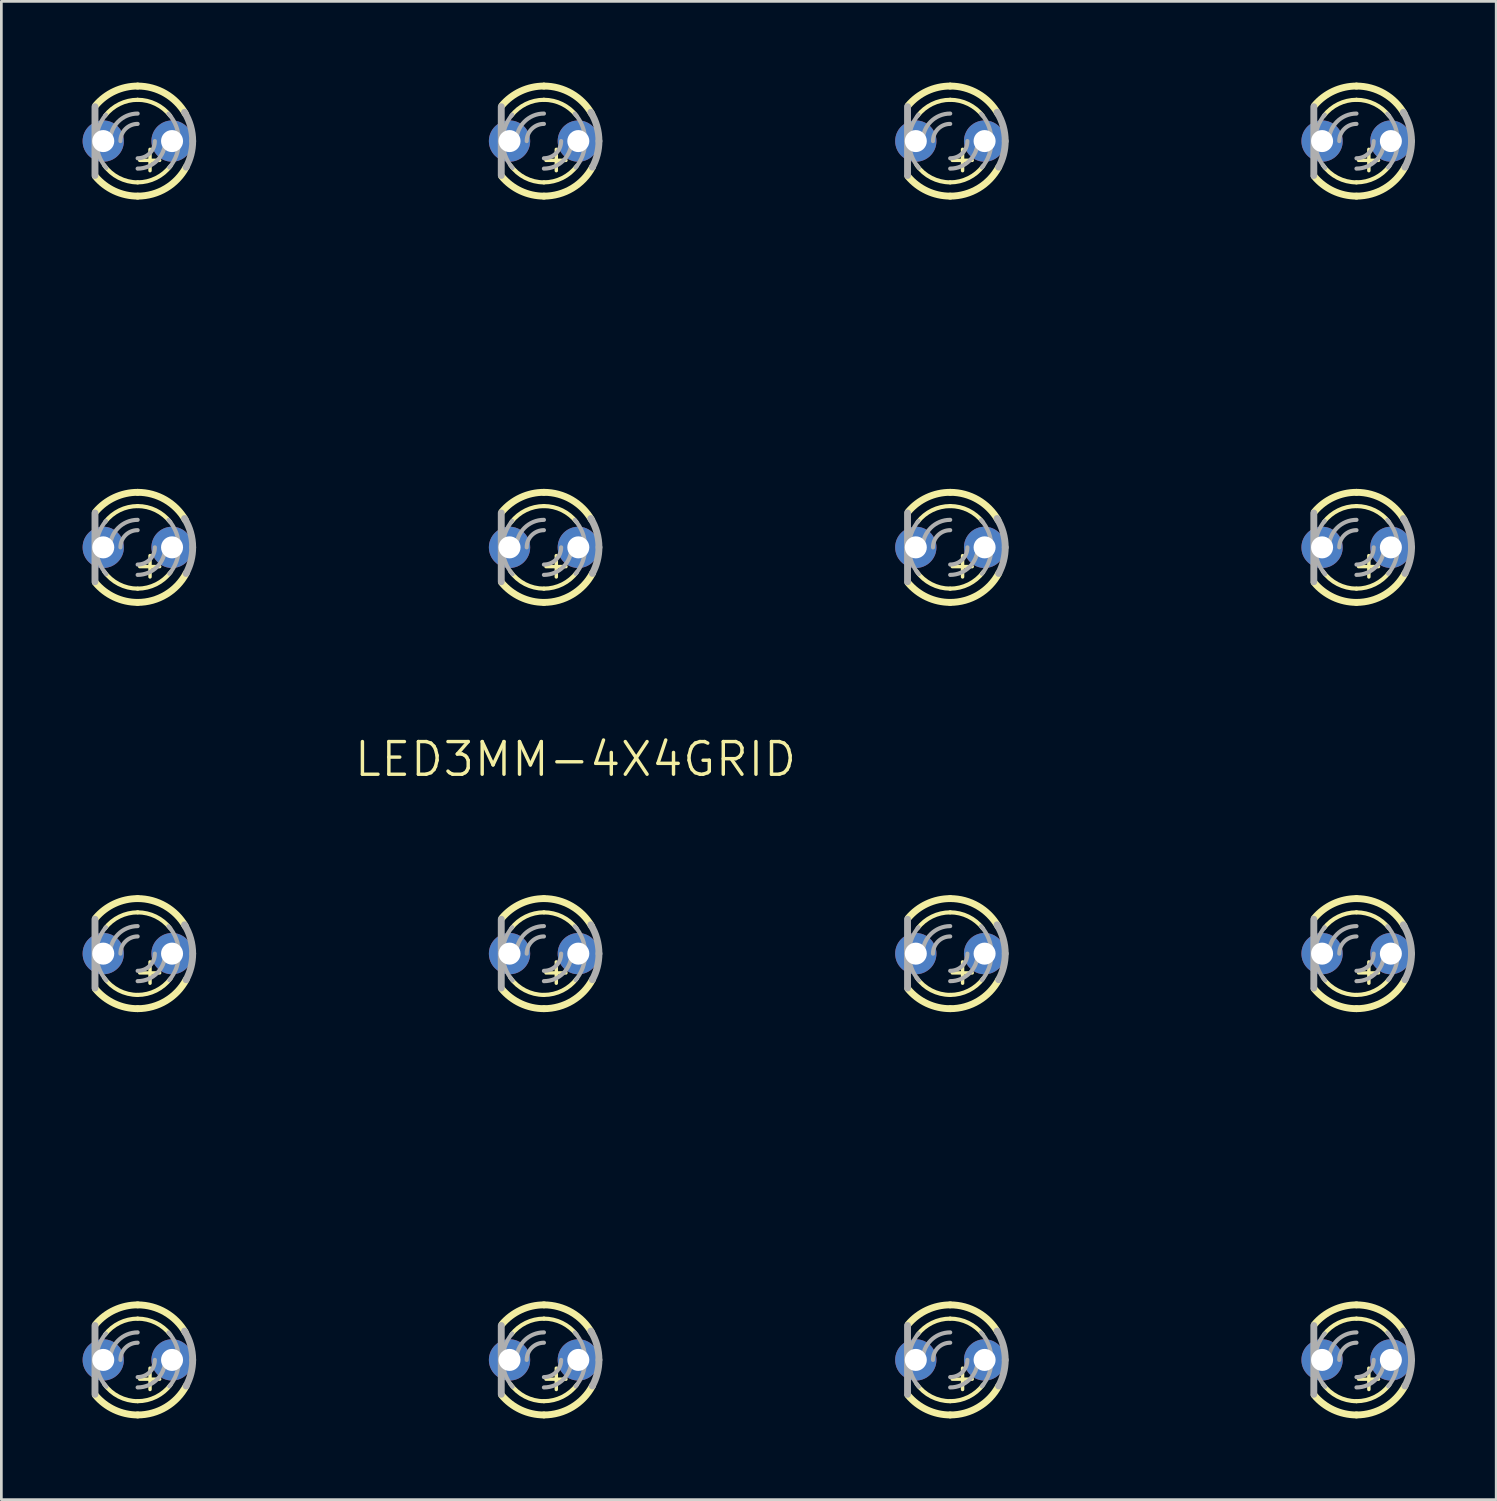
<source format=kicad_pcb>
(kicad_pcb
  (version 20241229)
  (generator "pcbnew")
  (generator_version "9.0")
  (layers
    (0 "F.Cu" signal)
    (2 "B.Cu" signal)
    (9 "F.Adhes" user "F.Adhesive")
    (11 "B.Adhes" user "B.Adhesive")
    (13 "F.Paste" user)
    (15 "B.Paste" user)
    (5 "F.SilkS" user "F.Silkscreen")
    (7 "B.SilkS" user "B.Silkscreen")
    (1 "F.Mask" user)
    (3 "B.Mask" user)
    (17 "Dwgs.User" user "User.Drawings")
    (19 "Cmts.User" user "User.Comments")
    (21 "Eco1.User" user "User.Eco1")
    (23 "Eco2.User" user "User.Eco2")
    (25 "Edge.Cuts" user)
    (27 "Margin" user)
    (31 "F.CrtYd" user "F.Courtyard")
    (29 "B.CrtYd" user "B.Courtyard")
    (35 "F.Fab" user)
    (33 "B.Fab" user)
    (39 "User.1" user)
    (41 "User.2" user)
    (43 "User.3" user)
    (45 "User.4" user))
  (footprint "LED3MM-4X4GRID"
    (layer "F.Cu")
    (at 24.532 24.659)
    (property "Reference" "LED3MM-4X4GRID" (at 1.905 -0.381 0) (layer "F.SilkS") (effects (font (size 1.206 1.206) (thickness 0.127)) (justify right top)))
    (attr through_hole)
    (fp_line (start -22.043 -22.195) (end -22.043 -21.408) (stroke (width 0.127) (type solid)) (layer "F.SilkS"))
    (fp_line (start -22.043 -7.195) (end -22.043 -6.408) (stroke (width 0.127) (type solid)) (layer "F.SilkS"))
    (fp_line (start -22.043 7.805) (end -22.043 8.592) (stroke (width 0.127) (type solid)) (layer "F.SilkS"))
    (fp_line (start -22.043 22.805) (end -22.043 23.592) (stroke (width 0.127) (type solid)) (layer "F.SilkS"))
    (fp_line (start -21.687 -21.789) (end -22.424 -21.789) (stroke (width 0.127) (type solid)) (layer "F.SilkS"))
    (fp_line (start -21.687 -6.789) (end -22.424 -6.789) (stroke (width 0.127) (type solid)) (layer "F.SilkS"))
    (fp_line (start -21.687 8.211) (end -22.424 8.211) (stroke (width 0.127) (type solid)) (layer "F.SilkS"))
    (fp_line (start -21.687 23.211) (end -22.424 23.211) (stroke (width 0.127) (type solid)) (layer "F.SilkS"))
    (fp_line (start -7.043 -22.195) (end -7.043 -21.408) (stroke (width 0.127) (type solid)) (layer "F.SilkS"))
    (fp_line (start -7.043 -7.195) (end -7.043 -6.408) (stroke (width 0.127) (type solid)) (layer "F.SilkS"))
    (fp_line (start -7.043 7.805) (end -7.043 8.592) (stroke (width 0.127) (type solid)) (layer "F.SilkS"))
    (fp_line (start -7.043 22.805) (end -7.043 23.592) (stroke (width 0.127) (type solid)) (layer "F.SilkS"))
    (fp_line (start -6.687 -21.789) (end -7.424 -21.789) (stroke (width 0.127) (type solid)) (layer "F.SilkS"))
    (fp_line (start -6.687 -6.789) (end -7.424 -6.789) (stroke (width 0.127) (type solid)) (layer "F.SilkS"))
    (fp_line (start -6.687 8.211) (end -7.424 8.211) (stroke (width 0.127) (type solid)) (layer "F.SilkS"))
    (fp_line (start -6.687 23.211) (end -7.424 23.211) (stroke (width 0.127) (type solid)) (layer "F.SilkS"))
    (fp_line (start 7.957 -22.195) (end 7.957 -21.408) (stroke (width 0.127) (type solid)) (layer "F.SilkS"))
    (fp_line (start 7.957 -7.195) (end 7.957 -6.408) (stroke (width 0.127) (type solid)) (layer "F.SilkS"))
    (fp_line (start 7.957 7.805) (end 7.957 8.592) (stroke (width 0.127) (type solid)) (layer "F.SilkS"))
    (fp_line (start 7.957 22.805) (end 7.957 23.592) (stroke (width 0.127) (type solid)) (layer "F.SilkS"))
    (fp_line (start 8.313 -21.789) (end 7.576 -21.789) (stroke (width 0.127) (type solid)) (layer "F.SilkS"))
    (fp_line (start 8.313 -6.789) (end 7.576 -6.789) (stroke (width 0.127) (type solid)) (layer "F.SilkS"))
    (fp_line (start 8.313 8.211) (end 7.576 8.211) (stroke (width 0.127) (type solid)) (layer "F.SilkS"))
    (fp_line (start 8.313 23.211) (end 7.576 23.211) (stroke (width 0.127) (type solid)) (layer "F.SilkS"))
    (fp_line (start 22.957 -22.195) (end 22.957 -21.408) (stroke (width 0.127) (type solid)) (layer "F.SilkS"))
    (fp_line (start 22.957 -7.195) (end 22.957 -6.408) (stroke (width 0.127) (type solid)) (layer "F.SilkS"))
    (fp_line (start 22.957 7.805) (end 22.957 8.592) (stroke (width 0.127) (type solid)) (layer "F.SilkS"))
    (fp_line (start 22.957 22.805) (end 22.957 23.592) (stroke (width 0.127) (type solid)) (layer "F.SilkS"))
    (fp_line (start 23.313 -21.789) (end 22.576 -21.789) (stroke (width 0.127) (type solid)) (layer "F.SilkS"))
    (fp_line (start 23.313 -6.789) (end 22.576 -6.789) (stroke (width 0.127) (type solid)) (layer "F.SilkS"))
    (fp_line (start 23.313 8.211) (end 22.576 8.211) (stroke (width 0.127) (type solid)) (layer "F.SilkS"))
    (fp_line (start 23.313 23.211) (end 22.576 23.211) (stroke (width 0.127) (type solid)) (layer "F.SilkS"))
    (fp_arc (start -24.051201 -23.812599) (mid -23.354954 -24.343405) (end -22.5 -24.532) (stroke (width 0.254) (type solid)) (layer "F.SilkS"))
    (fp_arc (start -24.051201 -8.812599) (mid -23.354954 -9.343405) (end -22.5 -9.532) (stroke (width 0.254) (type solid)) (layer "F.SilkS"))
    (fp_arc (start -24.0512 6.1874) (mid -23.354953 5.656595) (end -22.5 5.468) (stroke (width 0.254) (type solid)) (layer "F.SilkS"))
    (fp_arc (start -24.0512 21.1874) (mid -23.354953 20.656595) (end -22.5 20.468) (stroke (width 0.254) (type solid)) (layer "F.SilkS"))
    (fp_arc (start -23.703 -23.435599) (mid -23.169593 -23.869017) (end -22.5 -24.024) (stroke (width 0.1524) (type solid)) (layer "F.SilkS"))
    (fp_arc (start -23.703 -8.435599) (mid -23.169593 -8.869017) (end -22.5 -9.024) (stroke (width 0.1524) (type solid)) (layer "F.SilkS"))
    (fp_arc (start -23.703 6.564401) (mid -23.169593 6.130982) (end -22.5 5.976) (stroke (width 0.1524) (type solid)) (layer "F.SilkS"))
    (fp_arc (start -23.703 21.564401) (mid -23.169593 21.130982) (end -22.5 20.976) (stroke (width 0.1524) (type solid)) (layer "F.SilkS"))
    (fp_arc (start -22.500001 -24.023999) (mid -21.830408 -23.869017) (end -21.297 -23.4356) (stroke (width 0.1524) (type solid)) (layer "F.SilkS"))
    (fp_arc (start -22.500001 -9.023999) (mid -21.830408 -8.869017) (end -21.297 -8.4356) (stroke (width 0.1524) (type solid)) (layer "F.SilkS"))
    (fp_arc (start -22.5 -24.531999) (mid -21.480076 -24.257524) (end -20.7357 -23.5082) (stroke (width 0.254) (type solid)) (layer "F.SilkS"))
    (fp_arc (start -22.5 -20.976) (mid -23.197339 -21.144919) (end -23.7401 -21.6142) (stroke (width 0.1524) (type solid)) (layer "F.SilkS"))
    (fp_arc (start -22.5 -20.468) (mid -23.361863 -20.659827) (end -24.060999 -21.1991) (stroke (width 0.254) (type solid)) (layer "F.SilkS"))
    (fp_arc (start -22.5 -9.531999) (mid -21.480076 -9.257524) (end -20.7357 -8.5082) (stroke (width 0.254) (type solid)) (layer "F.SilkS"))
    (fp_arc (start -22.5 -5.976) (mid -23.197339 -6.144919) (end -23.7401 -6.6142) (stroke (width 0.1524) (type solid)) (layer "F.SilkS"))
    (fp_arc (start -22.5 -5.468) (mid -23.361863 -5.659827) (end -24.060999 -6.1991) (stroke (width 0.254) (type solid)) (layer "F.SilkS"))
    (fp_arc (start -22.5 5.468001) (mid -21.480076 5.742476) (end -20.7357 6.4918) (stroke (width 0.254) (type solid)) (layer "F.SilkS"))
    (fp_arc (start -22.5 5.976) (mid -21.830407 6.130982) (end -21.297 6.5644) (stroke (width 0.1524) (type solid)) (layer "F.SilkS"))
    (fp_arc (start -22.5 9.024) (mid -23.197339 8.855081) (end -23.740101 8.385799) (stroke (width 0.1524) (type solid)) (layer "F.SilkS"))
    (fp_arc (start -22.5 9.532) (mid -23.361864 9.340173) (end -24.061 8.8009) (stroke (width 0.254) (type solid)) (layer "F.SilkS"))
    (fp_arc (start -22.5 20.468001) (mid -21.480076 20.742476) (end -20.7357 21.4918) (stroke (width 0.254) (type solid)) (layer "F.SilkS"))
    (fp_arc (start -22.5 20.976) (mid -21.830407 21.130982) (end -21.297 21.5644) (stroke (width 0.1524) (type solid)) (layer "F.SilkS"))
    (fp_arc (start -22.5 24.024) (mid -23.197339 23.855081) (end -23.740101 23.385799) (stroke (width 0.1524) (type solid)) (layer "F.SilkS"))
    (fp_arc (start -22.5 24.532) (mid -23.361864 24.340173) (end -24.061 23.8009) (stroke (width 0.254) (type solid)) (layer "F.SilkS"))
    (fp_arc (start -21.2808 -21.5856) (mid -21.818446 -21.136893) (end -22.5 -20.976) (stroke (width 0.1524) (type solid)) (layer "F.SilkS"))
    (fp_arc (start -21.2808 -6.5856) (mid -21.818446 -6.136893) (end -22.5 -5.976) (stroke (width 0.1524) (type solid)) (layer "F.SilkS"))
    (fp_arc (start -21.2808 8.4144) (mid -21.818447 8.863107) (end -22.500001 9.024) (stroke (width 0.1524) (type solid)) (layer "F.SilkS"))
    (fp_arc (start -21.2808 23.4144) (mid -21.818447 23.863107) (end -22.500001 24.024) (stroke (width 0.1524) (type solid)) (layer "F.SilkS"))
    (fp_arc (start -20.7071 -21.5438) (mid -21.454562 -20.7576) (end -22.5 -20.468) (stroke (width 0.254) (type solid)) (layer "F.SilkS"))
    (fp_arc (start -20.7071 -6.5438) (mid -21.454562 -5.7576) (end -22.5 -5.468) (stroke (width 0.254) (type solid)) (layer "F.SilkS"))
    (fp_arc (start -20.7071 8.4562) (mid -21.454562 9.2424) (end -22.500001 9.531999) (stroke (width 0.254) (type solid)) (layer "F.SilkS"))
    (fp_arc (start -20.7071 23.4562) (mid -21.454562 24.2424) (end -22.500001 24.531999) (stroke (width 0.254) (type solid)) (layer "F.SilkS"))
    (fp_arc (start -9.051201 -23.812599) (mid -8.354954 -24.343405) (end -7.5 -24.532) (stroke (width 0.254) (type solid)) (layer "F.SilkS"))
    (fp_arc (start -9.051201 -8.812599) (mid -8.354954 -9.343405) (end -7.5 -9.532) (stroke (width 0.254) (type solid)) (layer "F.SilkS"))
    (fp_arc (start -9.0512 6.1874) (mid -8.354953 5.656595) (end -7.5 5.468) (stroke (width 0.254) (type solid)) (layer "F.SilkS"))
    (fp_arc (start -9.0512 21.1874) (mid -8.354953 20.656595) (end -7.5 20.468) (stroke (width 0.254) (type solid)) (layer "F.SilkS"))
    (fp_arc (start -8.703 -23.435599) (mid -8.169593 -23.869017) (end -7.5 -24.024) (stroke (width 0.1524) (type solid)) (layer "F.SilkS"))
    (fp_arc (start -8.703 -8.435599) (mid -8.169593 -8.869017) (end -7.5 -9.024) (stroke (width 0.1524) (type solid)) (layer "F.SilkS"))
    (fp_arc (start -8.703 6.564401) (mid -8.169593 6.130982) (end -7.5 5.976) (stroke (width 0.1524) (type solid)) (layer "F.SilkS"))
    (fp_arc (start -8.703 21.564401) (mid -8.169593 21.130982) (end -7.5 20.976) (stroke (width 0.1524) (type solid)) (layer "F.SilkS"))
    (fp_arc (start -7.500001 -24.023999) (mid -6.830408 -23.869017) (end -6.297 -23.4356) (stroke (width 0.1524) (type solid)) (layer "F.SilkS"))
    (fp_arc (start -7.500001 -9.023999) (mid -6.830408 -8.869017) (end -6.297 -8.4356) (stroke (width 0.1524) (type solid)) (layer "F.SilkS"))
    (fp_arc (start -7.5 -24.531999) (mid -6.480076 -24.257524) (end -5.7357 -23.5082) (stroke (width 0.254) (type solid)) (layer "F.SilkS"))
    (fp_arc (start -7.5 -20.976) (mid -8.197339 -21.144919) (end -8.7401 -21.6142) (stroke (width 0.1524) (type solid)) (layer "F.SilkS"))
    (fp_arc (start -7.5 -20.468) (mid -8.361863 -20.659827) (end -9.060999 -21.1991) (stroke (width 0.254) (type solid)) (layer "F.SilkS"))
    (fp_arc (start -7.5 -9.531999) (mid -6.480076 -9.257524) (end -5.7357 -8.5082) (stroke (width 0.254) (type solid)) (layer "F.SilkS"))
    (fp_arc (start -7.5 -5.976) (mid -8.197339 -6.144919) (end -8.7401 -6.6142) (stroke (width 0.1524) (type solid)) (layer "F.SilkS"))
    (fp_arc (start -7.5 -5.468) (mid -8.361863 -5.659827) (end -9.060999 -6.1991) (stroke (width 0.254) (type solid)) (layer "F.SilkS"))
    (fp_arc (start -7.5 5.468001) (mid -6.480076 5.742476) (end -5.7357 6.4918) (stroke (width 0.254) (type solid)) (layer "F.SilkS"))
    (fp_arc (start -7.5 5.976) (mid -6.830407 6.130982) (end -6.297 6.5644) (stroke (width 0.1524) (type solid)) (layer "F.SilkS"))
    (fp_arc (start -7.5 9.024) (mid -8.197339 8.855081) (end -8.740101 8.385799) (stroke (width 0.1524) (type solid)) (layer "F.SilkS"))
    (fp_arc (start -7.5 9.532) (mid -8.361864 9.340173) (end -9.061 8.8009) (stroke (width 0.254) (type solid)) (layer "F.SilkS"))
    (fp_arc (start -7.5 20.468001) (mid -6.480076 20.742476) (end -5.7357 21.4918) (stroke (width 0.254) (type solid)) (layer "F.SilkS"))
    (fp_arc (start -7.5 20.976) (mid -6.830407 21.130982) (end -6.297 21.5644) (stroke (width 0.1524) (type solid)) (layer "F.SilkS"))
    (fp_arc (start -7.5 24.024) (mid -8.197339 23.855081) (end -8.740101 23.385799) (stroke (width 0.1524) (type solid)) (layer "F.SilkS"))
    (fp_arc (start -7.5 24.532) (mid -8.361864 24.340173) (end -9.061 23.8009) (stroke (width 0.254) (type solid)) (layer "F.SilkS"))
    (fp_arc (start -6.2808 -21.5856) (mid -6.818446 -21.136893) (end -7.5 -20.976) (stroke (width 0.1524) (type solid)) (layer "F.SilkS"))
    (fp_arc (start -6.2808 -6.5856) (mid -6.818446 -6.136893) (end -7.5 -5.976) (stroke (width 0.1524) (type solid)) (layer "F.SilkS"))
    (fp_arc (start -6.2808 8.4144) (mid -6.818447 8.863107) (end -7.500001 9.024) (stroke (width 0.1524) (type solid)) (layer "F.SilkS"))
    (fp_arc (start -6.2808 23.4144) (mid -6.818447 23.863107) (end -7.500001 24.024) (stroke (width 0.1524) (type solid)) (layer "F.SilkS"))
    (fp_arc (start -5.7071 -21.5438) (mid -6.454562 -20.7576) (end -7.5 -20.468) (stroke (width 0.254) (type solid)) (layer "F.SilkS"))
    (fp_arc (start -5.7071 -6.5438) (mid -6.454562 -5.7576) (end -7.5 -5.468) (stroke (width 0.254) (type solid)) (layer "F.SilkS"))
    (fp_arc (start -5.7071 8.4562) (mid -6.454562 9.2424) (end -7.500001 9.531999) (stroke (width 0.254) (type solid)) (layer "F.SilkS"))
    (fp_arc (start -5.7071 23.4562) (mid -6.454562 24.2424) (end -7.500001 24.531999) (stroke (width 0.254) (type solid)) (layer "F.SilkS"))
    (fp_arc (start 5.948799 -23.8126) (mid 6.645046 -24.343405) (end 7.5 -24.532) (stroke (width 0.254) (type solid)) (layer "F.SilkS"))
    (fp_arc (start 5.948799 -8.8126) (mid 6.645046 -9.343405) (end 7.5 -9.532) (stroke (width 0.254) (type solid)) (layer "F.SilkS"))
    (fp_arc (start 5.9488 6.1874) (mid 6.645047 5.656595) (end 7.5 5.468) (stroke (width 0.254) (type solid)) (layer "F.SilkS"))
    (fp_arc (start 5.9488 21.1874) (mid 6.645047 20.656595) (end 7.5 20.468) (stroke (width 0.254) (type solid)) (layer "F.SilkS"))
    (fp_arc (start 6.296999 -23.4356) (mid 6.830406 -23.869018) (end 7.5 -24.024) (stroke (width 0.1524) (type solid)) (layer "F.SilkS"))
    (fp_arc (start 6.296999 -8.4356) (mid 6.830406 -8.869018) (end 7.5 -9.024) (stroke (width 0.1524) (type solid)) (layer "F.SilkS"))
    (fp_arc (start 6.297 6.5644) (mid 6.830407 6.130982) (end 7.5 5.976) (stroke (width 0.1524) (type solid)) (layer "F.SilkS"))
    (fp_arc (start 6.297 21.5644) (mid 6.830407 21.130982) (end 7.5 20.976) (stroke (width 0.1524) (type solid)) (layer "F.SilkS"))
    (fp_arc (start 7.499999 -24.532) (mid 8.519924 -24.257525) (end 9.2643 -23.5082) (stroke (width 0.254) (type solid)) (layer "F.SilkS"))
    (fp_arc (start 7.499999 -24.024) (mid 8.169592 -23.869018) (end 8.703 -23.4356) (stroke (width 0.1524) (type solid)) (layer "F.SilkS"))
    (fp_arc (start 7.499999 -9.532) (mid 8.519924 -9.257525) (end 9.2643 -8.5082) (stroke (width 0.254) (type solid)) (layer "F.SilkS"))
    (fp_arc (start 7.499999 -9.024) (mid 8.169592 -8.869018) (end 8.703 -8.4356) (stroke (width 0.1524) (type solid)) (layer "F.SilkS"))
    (fp_arc (start 7.5 -20.976) (mid 6.802661 -21.144918) (end 6.2599 -21.614199) (stroke (width 0.1524) (type solid)) (layer "F.SilkS"))
    (fp_arc (start 7.5 -20.468) (mid 6.638137 -20.659827) (end 5.939 -21.199099) (stroke (width 0.254) (type solid)) (layer "F.SilkS"))
    (fp_arc (start 7.5 -5.976) (mid 6.802661 -6.144918) (end 6.2599 -6.614199) (stroke (width 0.1524) (type solid)) (layer "F.SilkS"))
    (fp_arc (start 7.5 -5.468) (mid 6.638137 -5.659827) (end 5.939 -6.199099) (stroke (width 0.254) (type solid)) (layer "F.SilkS"))
    (fp_arc (start 7.5 5.468) (mid 8.519924 5.742475) (end 9.2643 6.4918) (stroke (width 0.254) (type solid)) (layer "F.SilkS"))
    (fp_arc (start 7.5 5.975999) (mid 8.169593 6.130981) (end 8.703 6.5644) (stroke (width 0.1524) (type solid)) (layer "F.SilkS"))
    (fp_arc (start 7.5 9.024) (mid 6.802661 8.855082) (end 6.259899 8.3858) (stroke (width 0.1524) (type solid)) (layer "F.SilkS"))
    (fp_arc (start 7.5 9.532) (mid 6.638136 9.340173) (end 5.939 8.800901) (stroke (width 0.254) (type solid)) (layer "F.SilkS"))
    (fp_arc (start 7.5 20.468) (mid 8.519924 20.742475) (end 9.2643 21.4918) (stroke (width 0.254) (type solid)) (layer "F.SilkS"))
    (fp_arc (start 7.5 20.975999) (mid 8.169593 21.130981) (end 8.703 21.5644) (stroke (width 0.1524) (type solid)) (layer "F.SilkS"))
    (fp_arc (start 7.5 24.024) (mid 6.802661 23.855082) (end 6.259899 23.3858) (stroke (width 0.1524) (type solid)) (layer "F.SilkS"))
    (fp_arc (start 7.5 24.532) (mid 6.638136 24.340173) (end 5.939 23.800901) (stroke (width 0.254) (type solid)) (layer "F.SilkS"))
    (fp_arc (start 8.7192 -21.5856) (mid 8.181554 -21.136893) (end 7.5 -20.975999) (stroke (width 0.1524) (type solid)) (layer "F.SilkS"))
    (fp_arc (start 8.7192 -6.5856) (mid 8.181554 -6.136893) (end 7.5 -5.975999) (stroke (width 0.1524) (type solid)) (layer "F.SilkS"))
    (fp_arc (start 8.7192 8.4144) (mid 8.181553 8.863107) (end 7.499999 9.024) (stroke (width 0.1524) (type solid)) (layer "F.SilkS"))
    (fp_arc (start 8.7192 23.4144) (mid 8.181553 23.863107) (end 7.499999 24.024) (stroke (width 0.1524) (type solid)) (layer "F.SilkS"))
    (fp_arc (start 9.2929 -21.5438) (mid 8.545438 -20.757599) (end 7.499999 -20.467999) (stroke (width 0.254) (type solid)) (layer "F.SilkS"))
    (fp_arc (start 9.2929 -6.5438) (mid 8.545438 -5.757599) (end 7.499999 -5.467999) (stroke (width 0.254) (type solid)) (layer "F.SilkS"))
    (fp_arc (start 9.2929 8.4562) (mid 8.545438 9.2424) (end 7.499999 9.532) (stroke (width 0.254) (type solid)) (layer "F.SilkS"))
    (fp_arc (start 9.2929 23.4562) (mid 8.545438 24.2424) (end 7.499999 24.532) (stroke (width 0.254) (type solid)) (layer "F.SilkS"))
    (fp_arc (start 20.948799 -23.8126) (mid 21.645046 -24.343405) (end 22.5 -24.532) (stroke (width 0.254) (type solid)) (layer "F.SilkS"))
    (fp_arc (start 20.948799 -8.8126) (mid 21.645046 -9.343405) (end 22.5 -9.532) (stroke (width 0.254) (type solid)) (layer "F.SilkS"))
    (fp_arc (start 20.9488 6.1874) (mid 21.645047 5.656595) (end 22.5 5.468) (stroke (width 0.254) (type solid)) (layer "F.SilkS"))
    (fp_arc (start 20.9488 21.1874) (mid 21.645047 20.656595) (end 22.5 20.468) (stroke (width 0.254) (type solid)) (layer "F.SilkS"))
    (fp_arc (start 21.296999 -23.4356) (mid 21.830406 -23.869018) (end 22.5 -24.024) (stroke (width 0.1524) (type solid)) (layer "F.SilkS"))
    (fp_arc (start 21.296999 -8.4356) (mid 21.830406 -8.869018) (end 22.5 -9.024) (stroke (width 0.1524) (type solid)) (layer "F.SilkS"))
    (fp_arc (start 21.297 6.5644) (mid 21.830407 6.130982) (end 22.5 5.976) (stroke (width 0.1524) (type solid)) (layer "F.SilkS"))
    (fp_arc (start 21.297 21.5644) (mid 21.830407 21.130982) (end 22.5 20.976) (stroke (width 0.1524) (type solid)) (layer "F.SilkS"))
    (fp_arc (start 22.499999 -24.532) (mid 23.519924 -24.257525) (end 24.2643 -23.5082) (stroke (width 0.254) (type solid)) (layer "F.SilkS"))
    (fp_arc (start 22.499999 -24.024) (mid 23.169592 -23.869018) (end 23.703 -23.4356) (stroke (width 0.1524) (type solid)) (layer "F.SilkS"))
    (fp_arc (start 22.499999 -9.532) (mid 23.519924 -9.257525) (end 24.2643 -8.5082) (stroke (width 0.254) (type solid)) (layer "F.SilkS"))
    (fp_arc (start 22.499999 -9.024) (mid 23.169592 -8.869018) (end 23.703 -8.4356) (stroke (width 0.1524) (type solid)) (layer "F.SilkS"))
    (fp_arc (start 22.5 -20.976) (mid 21.802661 -21.144918) (end 21.2599 -21.614199) (stroke (width 0.1524) (type solid)) (layer "F.SilkS"))
    (fp_arc (start 22.5 -20.468) (mid 21.638137 -20.659827) (end 20.939 -21.199099) (stroke (width 0.254) (type solid)) (layer "F.SilkS"))
    (fp_arc (start 22.5 -5.976) (mid 21.802661 -6.144918) (end 21.2599 -6.614199) (stroke (width 0.1524) (type solid)) (layer "F.SilkS"))
    (fp_arc (start 22.5 -5.468) (mid 21.638137 -5.659827) (end 20.939 -6.199099) (stroke (width 0.254) (type solid)) (layer "F.SilkS"))
    (fp_arc (start 22.5 5.468) (mid 23.519924 5.742475) (end 24.2643 6.4918) (stroke (width 0.254) (type solid)) (layer "F.SilkS"))
    (fp_arc (start 22.5 5.975999) (mid 23.169593 6.130981) (end 23.703 6.5644) (stroke (width 0.1524) (type solid)) (layer "F.SilkS"))
    (fp_arc (start 22.5 9.024) (mid 21.802661 8.855082) (end 21.259899 8.3858) (stroke (width 0.1524) (type solid)) (layer "F.SilkS"))
    (fp_arc (start 22.5 9.532) (mid 21.638136 9.340173) (end 20.939 8.800901) (stroke (width 0.254) (type solid)) (layer "F.SilkS"))
    (fp_arc (start 22.5 20.468) (mid 23.519924 20.742475) (end 24.2643 21.4918) (stroke (width 0.254) (type solid)) (layer "F.SilkS"))
    (fp_arc (start 22.5 20.975999) (mid 23.169593 21.130981) (end 23.703 21.5644) (stroke (width 0.1524) (type solid)) (layer "F.SilkS"))
    (fp_arc (start 22.5 24.024) (mid 21.802661 23.855082) (end 21.259899 23.3858) (stroke (width 0.1524) (type solid)) (layer "F.SilkS"))
    (fp_arc (start 22.5 24.532) (mid 21.638136 24.340173) (end 20.939 23.800901) (stroke (width 0.254) (type solid)) (layer "F.SilkS"))
    (fp_arc (start 23.7192 -21.5856) (mid 23.181554 -21.136893) (end 22.5 -20.975999) (stroke (width 0.1524) (type solid)) (layer "F.SilkS"))
    (fp_arc (start 23.7192 -6.5856) (mid 23.181554 -6.136893) (end 22.5 -5.975999) (stroke (width 0.1524) (type solid)) (layer "F.SilkS"))
    (fp_arc (start 23.7192 8.4144) (mid 23.181553 8.863107) (end 22.499999 9.024) (stroke (width 0.1524) (type solid)) (layer "F.SilkS"))
    (fp_arc (start 23.7192 23.4144) (mid 23.181553 23.863107) (end 22.499999 24.024) (stroke (width 0.1524) (type solid)) (layer "F.SilkS"))
    (fp_arc (start 24.2929 -21.5438) (mid 23.545438 -20.757599) (end 22.499999 -20.467999) (stroke (width 0.254) (type solid)) (layer "F.SilkS"))
    (fp_arc (start 24.2929 -6.5438) (mid 23.545438 -5.757599) (end 22.499999 -5.467999) (stroke (width 0.254) (type solid)) (layer "F.SilkS"))
    (fp_arc (start 24.2929 8.4562) (mid 23.545438 9.2424) (end 22.499999 9.532) (stroke (width 0.254) (type solid)) (layer "F.SilkS"))
    (fp_arc (start 24.2929 23.4562) (mid 23.545438 24.2424) (end 22.499999 24.532) (stroke (width 0.254) (type solid)) (layer "F.SilkS"))
    (fp_line (start -24.075 -23.77) (end -24.075 -21.23) (stroke (width 0.254) (type solid)) (layer "F.Fab"))
    (fp_line (start -24.075 -8.77) (end -24.075 -6.23) (stroke (width 0.254) (type solid)) (layer "F.Fab"))
    (fp_line (start -24.075 6.23) (end -24.075 8.77) (stroke (width 0.254) (type solid)) (layer "F.Fab"))
    (fp_line (start -24.075 21.23) (end -24.075 23.77) (stroke (width 0.254) (type solid)) (layer "F.Fab"))
    (fp_line (start -9.075 -23.77) (end -9.075 -21.23) (stroke (width 0.254) (type solid)) (layer "F.Fab"))
    (fp_line (start -9.075 -8.77) (end -9.075 -6.23) (stroke (width 0.254) (type solid)) (layer "F.Fab"))
    (fp_line (start -9.075 6.23) (end -9.075 8.77) (stroke (width 0.254) (type solid)) (layer "F.Fab"))
    (fp_line (start -9.075 21.23) (end -9.075 23.77) (stroke (width 0.254) (type solid)) (layer "F.Fab"))
    (fp_line (start 5.925 -23.77) (end 5.925 -21.23) (stroke (width 0.254) (type solid)) (layer "F.Fab"))
    (fp_line (start 5.925 -8.77) (end 5.925 -6.23) (stroke (width 0.254) (type solid)) (layer "F.Fab"))
    (fp_line (start 5.925 6.23) (end 5.925 8.77) (stroke (width 0.254) (type solid)) (layer "F.Fab"))
    (fp_line (start 5.925 21.23) (end 5.925 23.77) (stroke (width 0.254) (type solid)) (layer "F.Fab"))
    (fp_line (start 20.925 -23.77) (end 20.925 -21.23) (stroke (width 0.254) (type solid)) (layer "F.Fab"))
    (fp_line (start 20.925 -8.77) (end 20.925 -6.23) (stroke (width 0.254) (type solid)) (layer "F.Fab"))
    (fp_line (start 20.925 6.23) (end 20.925 8.77) (stroke (width 0.254) (type solid)) (layer "F.Fab"))
    (fp_line (start 20.925 21.23) (end 20.925 23.77) (stroke (width 0.254) (type solid)) (layer "F.Fab"))
    (fp_arc (start -24.024001 -22.5) (mid -23.932982 -23.018784) (end -23.6708 -23.4756) (stroke (width 0.1524) (type solid)) (layer "F.Fab"))
    (fp_arc (start -24.024001 -7.5) (mid -23.932982 -8.018784) (end -23.6708 -8.4756) (stroke (width 0.1524) (type solid)) (layer "F.Fab"))
    (fp_arc (start -24.024 7.5) (mid -23.932981 6.981217) (end -23.6708 6.5244) (stroke (width 0.1524) (type solid)) (layer "F.Fab"))
    (fp_arc (start -24.024 22.5) (mid -23.932981 21.981217) (end -23.6708 21.5244) (stroke (width 0.1524) (type solid)) (layer "F.Fab"))
    (fp_arc (start -23.6571 -21.5082) (mid -23.929332 -21.971257) (end -24.024 -22.500001) (stroke (width 0.1524) (type solid)) (layer "F.Fab"))
    (fp_arc (start -23.6571 -6.5082) (mid -23.929332 -6.971257) (end -24.024 -7.500001) (stroke (width 0.1524) (type solid)) (layer "F.Fab"))
    (fp_arc (start -23.6571 8.4918) (mid -23.929333 8.028743) (end -24.024 7.499999) (stroke (width 0.1524) (type solid)) (layer "F.Fab"))
    (fp_arc (start -23.6571 23.4918) (mid -23.929333 23.028743) (end -24.024 22.499999) (stroke (width 0.1524) (type solid)) (layer "F.Fab"))
    (fp_arc (start -23.516 -22.5) (mid -23.21842 -23.21842) (end -22.5 -23.516) (stroke (width 0.1524) (type solid)) (layer "F.Fab"))
    (fp_arc (start -23.516 -7.5) (mid -23.21842 -8.21842) (end -22.5 -8.516) (stroke (width 0.1524) (type solid)) (layer "F.Fab"))
    (fp_arc (start -23.516 7.5) (mid -23.21842 6.78158) (end -22.5 6.484) (stroke (width 0.1524) (type solid)) (layer "F.Fab"))
    (fp_arc (start -23.516 22.5) (mid -23.21842 21.78158) (end -22.5 21.484) (stroke (width 0.1524) (type solid)) (layer "F.Fab"))
    (fp_arc (start -23.135 -22.5) (mid -22.949013 -22.949013) (end -22.5 -23.135) (stroke (width 0.1524) (type solid)) (layer "F.Fab"))
    (fp_arc (start -23.135 -7.5) (mid -22.949013 -7.949013) (end -22.5 -8.135) (stroke (width 0.1524) (type solid)) (layer "F.Fab"))
    (fp_arc (start -23.135 7.5) (mid -22.949013 7.050987) (end -22.5 6.865) (stroke (width 0.1524) (type solid)) (layer "F.Fab"))
    (fp_arc (start -23.135 22.5) (mid -22.949013 22.050987) (end -22.5 21.865) (stroke (width 0.1524) (type solid)) (layer "F.Fab"))
    (fp_arc (start -21.865 -22.5) (mid -22.050987 -22.050987) (end -22.5 -21.865) (stroke (width 0.1524) (type solid)) (layer "F.Fab"))
    (fp_arc (start -21.865 -7.5) (mid -22.050987 -7.050987) (end -22.5 -6.865) (stroke (width 0.1524) (type solid)) (layer "F.Fab"))
    (fp_arc (start -21.865 7.5) (mid -22.050987 7.949013) (end -22.5 8.135) (stroke (width 0.1524) (type solid)) (layer "F.Fab"))
    (fp_arc (start -21.865 22.5) (mid -22.050987 22.949013) (end -22.5 23.135) (stroke (width 0.1524) (type solid)) (layer "F.Fab"))
    (fp_arc (start -21.484 -22.5) (mid -21.78158 -21.78158) (end -22.5 -21.484) (stroke (width 0.1524) (type solid)) (layer "F.Fab"))
    (fp_arc (start -21.484 -7.5) (mid -21.78158 -6.78158) (end -22.5 -6.484) (stroke (width 0.1524) (type solid)) (layer "F.Fab"))
    (fp_arc (start -21.484 7.5) (mid -21.78158 8.21842) (end -22.5 8.516) (stroke (width 0.1524) (type solid)) (layer "F.Fab"))
    (fp_arc (start -21.484 22.5) (mid -21.78158 23.21842) (end -22.5 23.516) (stroke (width 0.1524) (type solid)) (layer "F.Fab"))
    (fp_arc (start -21.3609 -23.512499) (mid -21.07546 -23.0416) (end -20.976 -22.5) (stroke (width 0.1524) (type solid)) (layer "F.Fab"))
    (fp_arc (start -21.3609 -8.512499) (mid -21.07546 -8.0416) (end -20.976 -7.5) (stroke (width 0.1524) (type solid)) (layer "F.Fab"))
    (fp_arc (start -21.3609 6.487501) (mid -21.07546 6.958401) (end -20.976 7.5) (stroke (width 0.1524) (type solid)) (layer "F.Fab"))
    (fp_arc (start -21.3609 21.487501) (mid -21.07546 21.958401) (end -20.976 22.5) (stroke (width 0.1524) (type solid)) (layer "F.Fab"))
    (fp_arc (start -20.976 -22.5) (mid -21.067019 -21.981217) (end -21.3292 -21.524401) (stroke (width 0.1524) (type solid)) (layer "F.Fab"))
    (fp_arc (start -20.976 -7.5) (mid -21.067019 -6.981217) (end -21.3292 -6.524401) (stroke (width 0.1524) (type solid)) (layer "F.Fab"))
    (fp_arc (start -20.976 7.5) (mid -21.067019 8.018783) (end -21.3292 8.475599) (stroke (width 0.1524) (type solid)) (layer "F.Fab"))
    (fp_arc (start -20.976 22.5) (mid -21.067019 23.018783) (end -21.3292 23.475599) (stroke (width 0.1524) (type solid)) (layer "F.Fab"))
    (fp_arc (start -20.7694 -23.564999) (mid -20.54479 -23.053416) (end -20.468 -22.5) (stroke (width 0.254) (type solid)) (layer "F.Fab"))
    (fp_arc (start -20.7694 -8.564999) (mid -20.54479 -8.053416) (end -20.468 -7.5) (stroke (width 0.254) (type solid)) (layer "F.Fab"))
    (fp_arc (start -20.769399 6.435) (mid -20.544789 6.946583) (end -20.468 7.5) (stroke (width 0.254) (type solid)) (layer "F.Fab"))
    (fp_arc (start -20.769399 21.435) (mid -20.544789 21.946583) (end -20.468 22.5) (stroke (width 0.254) (type solid)) (layer "F.Fab"))
    (fp_arc (start -20.468 -22.5) (mid -20.529661 -22.003226) (end -20.710899 -21.5366) (stroke (width 0.254) (type solid)) (layer "F.Fab"))
    (fp_arc (start -20.468 -7.5) (mid -20.529661 -7.003226) (end -20.710899 -6.5366) (stroke (width 0.254) (type solid)) (layer "F.Fab"))
    (fp_arc (start -20.468 7.5) (mid -20.529661 7.996774) (end -20.7109 8.4634) (stroke (width 0.254) (type solid)) (layer "F.Fab"))
    (fp_arc (start -20.468 22.5) (mid -20.529661 22.996774) (end -20.7109 23.4634) (stroke (width 0.254) (type solid)) (layer "F.Fab"))
    (fp_arc (start -9.024001 -22.5) (mid -8.932982 -23.018784) (end -8.6708 -23.4756) (stroke (width 0.1524) (type solid)) (layer "F.Fab"))
    (fp_arc (start -9.024001 -7.5) (mid -8.932982 -8.018784) (end -8.6708 -8.4756) (stroke (width 0.1524) (type solid)) (layer "F.Fab"))
    (fp_arc (start -9.024 7.5) (mid -8.932981 6.981217) (end -8.6708 6.5244) (stroke (width 0.1524) (type solid)) (layer "F.Fab"))
    (fp_arc (start -9.024 22.5) (mid -8.932981 21.981217) (end -8.6708 21.5244) (stroke (width 0.1524) (type solid)) (layer "F.Fab"))
    (fp_arc (start -8.6571 -21.5082) (mid -8.929332 -21.971257) (end -9.024 -22.500001) (stroke (width 0.1524) (type solid)) (layer "F.Fab"))
    (fp_arc (start -8.6571 -6.5082) (mid -8.929332 -6.971257) (end -9.024 -7.500001) (stroke (width 0.1524) (type solid)) (layer "F.Fab"))
    (fp_arc (start -8.6571 8.4918) (mid -8.929333 8.028743) (end -9.024 7.499999) (stroke (width 0.1524) (type solid)) (layer "F.Fab"))
    (fp_arc (start -8.6571 23.4918) (mid -8.929333 23.028743) (end -9.024 22.499999) (stroke (width 0.1524) (type solid)) (layer "F.Fab"))
    (fp_arc (start -8.516 -22.5) (mid -8.21842 -23.21842) (end -7.5 -23.516) (stroke (width 0.1524) (type solid)) (layer "F.Fab"))
    (fp_arc (start -8.516 -7.5) (mid -8.21842 -8.21842) (end -7.5 -8.516) (stroke (width 0.1524) (type solid)) (layer "F.Fab"))
    (fp_arc (start -8.516 7.5) (mid -8.21842 6.78158) (end -7.5 6.484) (stroke (width 0.1524) (type solid)) (layer "F.Fab"))
    (fp_arc (start -8.516 22.5) (mid -8.21842 21.78158) (end -7.5 21.484) (stroke (width 0.1524) (type solid)) (layer "F.Fab"))
    (fp_arc (start -8.135 -22.5) (mid -7.949013 -22.949013) (end -7.5 -23.135) (stroke (width 0.1524) (type solid)) (layer "F.Fab"))
    (fp_arc (start -8.135 -7.5) (mid -7.949013 -7.949013) (end -7.5 -8.135) (stroke (width 0.1524) (type solid)) (layer "F.Fab"))
    (fp_arc (start -8.135 7.5) (mid -7.949013 7.050987) (end -7.5 6.865) (stroke (width 0.1524) (type solid)) (layer "F.Fab"))
    (fp_arc (start -8.135 22.5) (mid -7.949013 22.050987) (end -7.5 21.865) (stroke (width 0.1524) (type solid)) (layer "F.Fab"))
    (fp_arc (start -6.865 -22.5) (mid -7.050987 -22.050987) (end -7.5 -21.865) (stroke (width 0.1524) (type solid)) (layer "F.Fab"))
    (fp_arc (start -6.865 -7.5) (mid -7.050987 -7.050987) (end -7.5 -6.865) (stroke (width 0.1524) (type solid)) (layer "F.Fab"))
    (fp_arc (start -6.865 7.5) (mid -7.050987 7.949013) (end -7.5 8.135) (stroke (width 0.1524) (type solid)) (layer "F.Fab"))
    (fp_arc (start -6.865 22.5) (mid -7.050987 22.949013) (end -7.5 23.135) (stroke (width 0.1524) (type solid)) (layer "F.Fab"))
    (fp_arc (start -6.484 -22.5) (mid -6.78158 -21.78158) (end -7.5 -21.484) (stroke (width 0.1524) (type solid)) (layer "F.Fab"))
    (fp_arc (start -6.484 -7.5) (mid -6.78158 -6.78158) (end -7.5 -6.484) (stroke (width 0.1524) (type solid)) (layer "F.Fab"))
    (fp_arc (start -6.484 7.5) (mid -6.78158 8.21842) (end -7.5 8.516) (stroke (width 0.1524) (type solid)) (layer "F.Fab"))
    (fp_arc (start -6.484 22.5) (mid -6.78158 23.21842) (end -7.5 23.516) (stroke (width 0.1524) (type solid)) (layer "F.Fab"))
    (fp_arc (start -6.3609 -23.512499) (mid -6.07546 -23.0416) (end -5.976 -22.5) (stroke (width 0.1524) (type solid)) (layer "F.Fab"))
    (fp_arc (start -6.3609 -8.512499) (mid -6.07546 -8.0416) (end -5.976 -7.5) (stroke (width 0.1524) (type solid)) (layer "F.Fab"))
    (fp_arc (start -6.3609 6.487501) (mid -6.07546 6.958401) (end -5.976 7.5) (stroke (width 0.1524) (type solid)) (layer "F.Fab"))
    (fp_arc (start -6.3609 21.487501) (mid -6.07546 21.958401) (end -5.976 22.5) (stroke (width 0.1524) (type solid)) (layer "F.Fab"))
    (fp_arc (start -5.976 -22.5) (mid -6.067019 -21.981217) (end -6.3292 -21.524401) (stroke (width 0.1524) (type solid)) (layer "F.Fab"))
    (fp_arc (start -5.976 -7.5) (mid -6.067019 -6.981217) (end -6.3292 -6.524401) (stroke (width 0.1524) (type solid)) (layer "F.Fab"))
    (fp_arc (start -5.976 7.5) (mid -6.067019 8.018783) (end -6.3292 8.475599) (stroke (width 0.1524) (type solid)) (layer "F.Fab"))
    (fp_arc (start -5.976 22.5) (mid -6.067019 23.018783) (end -6.3292 23.475599) (stroke (width 0.1524) (type solid)) (layer "F.Fab"))
    (fp_arc (start -5.7694 -23.564999) (mid -5.54479 -23.053416) (end -5.468 -22.5) (stroke (width 0.254) (type solid)) (layer "F.Fab"))
    (fp_arc (start -5.7694 -8.564999) (mid -5.54479 -8.053416) (end -5.468 -7.5) (stroke (width 0.254) (type solid)) (layer "F.Fab"))
    (fp_arc (start -5.769399 6.435) (mid -5.544789 6.946583) (end -5.468 7.5) (stroke (width 0.254) (type solid)) (layer "F.Fab"))
    (fp_arc (start -5.769399 21.435) (mid -5.544789 21.946583) (end -5.468 22.5) (stroke (width 0.254) (type solid)) (layer "F.Fab"))
    (fp_arc (start -5.468 -22.5) (mid -5.529661 -22.003226) (end -5.710899 -21.5366) (stroke (width 0.254) (type solid)) (layer "F.Fab"))
    (fp_arc (start -5.468 -7.5) (mid -5.529661 -7.003226) (end -5.710899 -6.5366) (stroke (width 0.254) (type solid)) (layer "F.Fab"))
    (fp_arc (start -5.468 7.5) (mid -5.529661 7.996774) (end -5.7109 8.4634) (stroke (width 0.254) (type solid)) (layer "F.Fab"))
    (fp_arc (start -5.468 22.5) (mid -5.529661 22.996774) (end -5.7109 23.4634) (stroke (width 0.254) (type solid)) (layer "F.Fab"))
    (fp_arc (start 5.975999 -22.5) (mid 6.067018 -23.018783) (end 6.3292 -23.4756) (stroke (width 0.1524) (type solid)) (layer "F.Fab"))
    (fp_arc (start 5.975999 -7.5) (mid 6.067018 -8.018783) (end 6.3292 -8.4756) (stroke (width 0.1524) (type solid)) (layer "F.Fab"))
    (fp_arc (start 5.976 7.499999) (mid 6.067019 6.981216) (end 6.3292 6.5244) (stroke (width 0.1524) (type solid)) (layer "F.Fab"))
    (fp_arc (start 5.976 22.499999) (mid 6.067019 21.981216) (end 6.3292 21.5244) (stroke (width 0.1524) (type solid)) (layer "F.Fab"))
    (fp_arc (start 6.3429 -21.5082) (mid 6.070668 -21.971256) (end 5.976 -22.5) (stroke (width 0.1524) (type solid)) (layer "F.Fab"))
    (fp_arc (start 6.3429 -6.5082) (mid 6.070668 -6.971256) (end 5.976 -7.5) (stroke (width 0.1524) (type solid)) (layer "F.Fab"))
    (fp_arc (start 6.3429 8.4918) (mid 6.070667 8.028744) (end 5.976 7.5) (stroke (width 0.1524) (type solid)) (layer "F.Fab"))
    (fp_arc (start 6.3429 23.4918) (mid 6.070667 23.028744) (end 5.976 22.5) (stroke (width 0.1524) (type solid)) (layer "F.Fab"))
    (fp_arc (start 6.484 -22.5) (mid 6.78158 -23.21842) (end 7.5 -23.516) (stroke (width 0.1524) (type solid)) (layer "F.Fab"))
    (fp_arc (start 6.484 -7.5) (mid 6.78158 -8.21842) (end 7.5 -8.516) (stroke (width 0.1524) (type solid)) (layer "F.Fab"))
    (fp_arc (start 6.484 7.5) (mid 6.78158 6.78158) (end 7.5 6.484) (stroke (width 0.1524) (type solid)) (layer "F.Fab"))
    (fp_arc (start 6.484 22.5) (mid 6.78158 21.78158) (end 7.5 21.484) (stroke (width 0.1524) (type solid)) (layer "F.Fab"))
    (fp_arc (start 6.865 -22.5) (mid 7.050987 -22.949013) (end 7.5 -23.135) (stroke (width 0.1524) (type solid)) (layer "F.Fab"))
    (fp_arc (start 6.865 -7.5) (mid 7.050987 -7.949013) (end 7.5 -8.135) (stroke (width 0.1524) (type solid)) (layer "F.Fab"))
    (fp_arc (start 6.865 7.5) (mid 7.050987 7.050987) (end 7.5 6.865) (stroke (width 0.1524) (type solid)) (layer "F.Fab"))
    (fp_arc (start 6.865 22.5) (mid 7.050987 22.050987) (end 7.5 21.865) (stroke (width 0.1524) (type solid)) (layer "F.Fab"))
    (fp_arc (start 8.135 -22.5) (mid 7.949013 -22.050987) (end 7.5 -21.865) (stroke (width 0.1524) (type solid)) (layer "F.Fab"))
    (fp_arc (start 8.135 -7.5) (mid 7.949013 -7.050987) (end 7.5 -6.865) (stroke (width 0.1524) (type solid)) (layer "F.Fab"))
    (fp_arc (start 8.135 7.5) (mid 7.949013 7.949013) (end 7.5 8.135) (stroke (width 0.1524) (type solid)) (layer "F.Fab"))
    (fp_arc (start 8.135 22.5) (mid 7.949013 22.949013) (end 7.5 23.135) (stroke (width 0.1524) (type solid)) (layer "F.Fab"))
    (fp_arc (start 8.516 -22.5) (mid 8.21842 -21.78158) (end 7.5 -21.484) (stroke (width 0.1524) (type solid)) (layer "F.Fab"))
    (fp_arc (start 8.516 -7.5) (mid 8.21842 -6.78158) (end 7.5 -6.484) (stroke (width 0.1524) (type solid)) (layer "F.Fab"))
    (fp_arc (start 8.516 7.5) (mid 8.21842 8.21842) (end 7.5 8.516) (stroke (width 0.1524) (type solid)) (layer "F.Fab"))
    (fp_arc (start 8.516 22.5) (mid 8.21842 23.21842) (end 7.5 23.516) (stroke (width 0.1524) (type solid)) (layer "F.Fab"))
    (fp_arc (start 8.6391 -23.5125) (mid 8.92454 -23.0416) (end 9.024 -22.5) (stroke (width 0.1524) (type solid)) (layer "F.Fab"))
    (fp_arc (start 8.6391 -8.5125) (mid 8.92454 -8.0416) (end 9.024 -7.5) (stroke (width 0.1524) (type solid)) (layer "F.Fab"))
    (fp_arc (start 8.6391 6.4875) (mid 8.92454 6.9584) (end 9.024 7.5) (stroke (width 0.1524) (type solid)) (layer "F.Fab"))
    (fp_arc (start 8.6391 21.4875) (mid 8.92454 21.9584) (end 9.024 22.5) (stroke (width 0.1524) (type solid)) (layer "F.Fab"))
    (fp_arc (start 9.024 -22.5) (mid 8.932981 -21.981217) (end 8.6708 -21.5244) (stroke (width 0.1524) (type solid)) (layer "F.Fab"))
    (fp_arc (start 9.024 -7.5) (mid 8.932981 -6.981217) (end 8.6708 -6.5244) (stroke (width 0.1524) (type solid)) (layer "F.Fab"))
    (fp_arc (start 9.024 7.5) (mid 8.932981 8.018783) (end 8.670799 8.4756) (stroke (width 0.1524) (type solid)) (layer "F.Fab"))
    (fp_arc (start 9.024 22.5) (mid 8.932981 23.018783) (end 8.670799 23.4756) (stroke (width 0.1524) (type solid)) (layer "F.Fab"))
    (fp_arc (start 9.2306 -23.565) (mid 9.45521 -23.053417) (end 9.532 -22.5) (stroke (width 0.254) (type solid)) (layer "F.Fab"))
    (fp_arc (start 9.2306 -8.565) (mid 9.45521 -8.053417) (end 9.532 -7.5) (stroke (width 0.254) (type solid)) (layer "F.Fab"))
    (fp_arc (start 9.2306 6.435) (mid 9.45521 6.946583) (end 9.532 7.5) (stroke (width 0.254) (type solid)) (layer "F.Fab"))
    (fp_arc (start 9.2306 21.435) (mid 9.45521 21.946583) (end 9.532 22.5) (stroke (width 0.254) (type solid)) (layer "F.Fab"))
    (fp_arc (start 9.532 -22.5) (mid 9.470339 -22.003225) (end 9.2891 -21.5366) (stroke (width 0.254) (type solid)) (layer "F.Fab"))
    (fp_arc (start 9.532 -7.5) (mid 9.470339 -7.003225) (end 9.2891 -6.5366) (stroke (width 0.254) (type solid)) (layer "F.Fab"))
    (fp_arc (start 9.532 7.5) (mid 9.470339 7.996774) (end 9.2891 8.4634) (stroke (width 0.254) (type solid)) (layer "F.Fab"))
    (fp_arc (start 9.532 22.5) (mid 9.470339 22.996774) (end 9.2891 23.4634) (stroke (width 0.254) (type solid)) (layer "F.Fab"))
    (fp_arc (start 20.975999 -22.5) (mid 21.067018 -23.018783) (end 21.3292 -23.4756) (stroke (width 0.1524) (type solid)) (layer "F.Fab"))
    (fp_arc (start 20.975999 -7.5) (mid 21.067018 -8.018783) (end 21.3292 -8.4756) (stroke (width 0.1524) (type solid)) (layer "F.Fab"))
    (fp_arc (start 20.976 7.499999) (mid 21.067019 6.981216) (end 21.3292 6.5244) (stroke (width 0.1524) (type solid)) (layer "F.Fab"))
    (fp_arc (start 20.976 22.499999) (mid 21.067019 21.981216) (end 21.3292 21.5244) (stroke (width 0.1524) (type solid)) (layer "F.Fab"))
    (fp_arc (start 21.3429 -21.5082) (mid 21.070668 -21.971256) (end 20.976 -22.5) (stroke (width 0.1524) (type solid)) (layer "F.Fab"))
    (fp_arc (start 21.3429 -6.5082) (mid 21.070668 -6.971256) (end 20.976 -7.5) (stroke (width 0.1524) (type solid)) (layer "F.Fab"))
    (fp_arc (start 21.3429 8.4918) (mid 21.070667 8.028744) (end 20.976 7.5) (stroke (width 0.1524) (type solid)) (layer "F.Fab"))
    (fp_arc (start 21.3429 23.4918) (mid 21.070667 23.028744) (end 20.976 22.5) (stroke (width 0.1524) (type solid)) (layer "F.Fab"))
    (fp_arc (start 21.484 -22.5) (mid 21.78158 -23.21842) (end 22.5 -23.516) (stroke (width 0.1524) (type solid)) (layer "F.Fab"))
    (fp_arc (start 21.484 -7.5) (mid 21.78158 -8.21842) (end 22.5 -8.516) (stroke (width 0.1524) (type solid)) (layer "F.Fab"))
    (fp_arc (start 21.484 7.5) (mid 21.78158 6.78158) (end 22.5 6.484) (stroke (width 0.1524) (type solid)) (layer "F.Fab"))
    (fp_arc (start 21.484 22.5) (mid 21.78158 21.78158) (end 22.5 21.484) (stroke (width 0.1524) (type solid)) (layer "F.Fab"))
    (fp_arc (start 21.865 -22.5) (mid 22.050987 -22.949013) (end 22.5 -23.135) (stroke (width 0.1524) (type solid)) (layer "F.Fab"))
    (fp_arc (start 21.865 -7.5) (mid 22.050987 -7.949013) (end 22.5 -8.135) (stroke (width 0.1524) (type solid)) (layer "F.Fab"))
    (fp_arc (start 21.865 7.5) (mid 22.050987 7.050987) (end 22.5 6.865) (stroke (width 0.1524) (type solid)) (layer "F.Fab"))
    (fp_arc (start 21.865 22.5) (mid 22.050987 22.050987) (end 22.5 21.865) (stroke (width 0.1524) (type solid)) (layer "F.Fab"))
    (fp_arc (start 23.135 -22.5) (mid 22.949013 -22.050987) (end 22.5 -21.865) (stroke (width 0.1524) (type solid)) (layer "F.Fab"))
    (fp_arc (start 23.135 -7.5) (mid 22.949013 -7.050987) (end 22.5 -6.865) (stroke (width 0.1524) (type solid)) (layer "F.Fab"))
    (fp_arc (start 23.135 7.5) (mid 22.949013 7.949013) (end 22.5 8.135) (stroke (width 0.1524) (type solid)) (layer "F.Fab"))
    (fp_arc (start 23.135 22.5) (mid 22.949013 22.949013) (end 22.5 23.135) (stroke (width 0.1524) (type solid)) (layer "F.Fab"))
    (fp_arc (start 23.516 -22.5) (mid 23.21842 -21.78158) (end 22.5 -21.484) (stroke (width 0.1524) (type solid)) (layer "F.Fab"))
    (fp_arc (start 23.516 -7.5) (mid 23.21842 -6.78158) (end 22.5 -6.484) (stroke (width 0.1524) (type solid)) (layer "F.Fab"))
    (fp_arc (start 23.516 7.5) (mid 23.21842 8.21842) (end 22.5 8.516) (stroke (width 0.1524) (type solid)) (layer "F.Fab"))
    (fp_arc (start 23.516 22.5) (mid 23.21842 23.21842) (end 22.5 23.516) (stroke (width 0.1524) (type solid)) (layer "F.Fab"))
    (fp_arc (start 23.6391 -23.5125) (mid 23.92454 -23.0416) (end 24.024 -22.5) (stroke (width 0.1524) (type solid)) (layer "F.Fab"))
    (fp_arc (start 23.6391 -8.5125) (mid 23.92454 -8.0416) (end 24.024 -7.5) (stroke (width 0.1524) (type solid)) (layer "F.Fab"))
    (fp_arc (start 23.6391 6.4875) (mid 23.92454 6.9584) (end 24.024 7.5) (stroke (width 0.1524) (type solid)) (layer "F.Fab"))
    (fp_arc (start 23.6391 21.4875) (mid 23.92454 21.9584) (end 24.024 22.5) (stroke (width 0.1524) (type solid)) (layer "F.Fab"))
    (fp_arc (start 24.024 -22.5) (mid 23.932981 -21.981217) (end 23.6708 -21.5244) (stroke (width 0.1524) (type solid)) (layer "F.Fab"))
    (fp_arc (start 24.024 -7.5) (mid 23.932981 -6.981217) (end 23.6708 -6.5244) (stroke (width 0.1524) (type solid)) (layer "F.Fab"))
    (fp_arc (start 24.024 7.5) (mid 23.932981 8.018783) (end 23.670799 8.4756) (stroke (width 0.1524) (type solid)) (layer "F.Fab"))
    (fp_arc (start 24.024 22.5) (mid 23.932981 23.018783) (end 23.670799 23.4756) (stroke (width 0.1524) (type solid)) (layer "F.Fab"))
    (fp_arc (start 24.2306 -23.565) (mid 24.45521 -23.053417) (end 24.532 -22.5) (stroke (width 0.254) (type solid)) (layer "F.Fab"))
    (fp_arc (start 24.2306 -8.565) (mid 24.45521 -8.053417) (end 24.532 -7.5) (stroke (width 0.254) (type solid)) (layer "F.Fab"))
    (fp_arc (start 24.2306 6.435) (mid 24.45521 6.946583) (end 24.532 7.5) (stroke (width 0.254) (type solid)) (layer "F.Fab"))
    (fp_arc (start 24.2306 21.435) (mid 24.45521 21.946583) (end 24.532 22.5) (stroke (width 0.254) (type solid)) (layer "F.Fab"))
    (fp_arc (start 24.532 -22.5) (mid 24.470339 -22.003225) (end 24.2891 -21.5366) (stroke (width 0.254) (type solid)) (layer "F.Fab"))
    (fp_arc (start 24.532 -7.5) (mid 24.470339 -7.003225) (end 24.2891 -6.5366) (stroke (width 0.254) (type solid)) (layer "F.Fab"))
    (fp_arc (start 24.532 7.5) (mid 24.470339 7.996774) (end 24.2891 8.4634) (stroke (width 0.254) (type solid)) (layer "F.Fab"))
    (fp_arc (start 24.532 22.5) (mid 24.470339 22.996774) (end 24.2891 23.4634) (stroke (width 0.254) (type solid)) (layer "F.Fab"))
    (pad "A1" thru_hole circle (at -21.23 22.5 180) (size 1.524 1.524) (drill 0.813) (layers "*.Cu" "*.Mask"))
    (pad "A2" thru_hole circle (at -6.23 22.5 180) (size 1.524 1.524) (drill 0.813) (layers "*.Cu" "*.Mask"))
    (pad "A3" thru_hole circle (at 8.77 22.5 180) (size 1.524 1.524) (drill 0.813) (layers "*.Cu" "*.Mask"))
    (pad "A4" thru_hole circle (at 23.77 22.5 180) (size 1.524 1.524) (drill 0.813) (layers "*.Cu" "*.Mask"))
    (pad "A5" thru_hole circle (at -21.23 7.5 180) (size 1.524 1.524) (drill 0.813) (layers "*.Cu" "*.Mask"))
    (pad "A6" thru_hole circle (at -6.23 7.5 180) (size 1.524 1.524) (drill 0.813) (layers "*.Cu" "*.Mask"))
    (pad "A7" thru_hole circle (at 8.77 7.5 180) (size 1.524 1.524) (drill 0.813) (layers "*.Cu" "*.Mask"))
    (pad "A8" thru_hole circle (at 23.77 7.5 180) (size 1.524 1.524) (drill 0.813) (layers "*.Cu" "*.Mask"))
    (pad "A9" thru_hole circle (at -21.23 -7.5 180) (size 1.524 1.524) (drill 0.813) (layers "*.Cu" "*.Mask"))
    (pad "A10" thru_hole circle (at -6.23 -7.5 180) (size 1.524 1.524) (drill 0.813) (layers "*.Cu" "*.Mask"))
    (pad "A11" thru_hole circle (at 8.77 -7.5 180) (size 1.524 1.524) (drill 0.813) (layers "*.Cu" "*.Mask"))
    (pad "A12" thru_hole circle (at 23.77 -7.5 180) (size 1.524 1.524) (drill 0.813) (layers "*.Cu" "*.Mask"))
    (pad "A13" thru_hole circle (at -21.23 -22.5 180) (size 1.524 1.524) (drill 0.813) (layers "*.Cu" "*.Mask"))
    (pad "A14" thru_hole circle (at -6.23 -22.5 180) (size 1.524 1.524) (drill 0.813) (layers "*.Cu" "*.Mask"))
    (pad "A15" thru_hole circle (at 8.77 -22.5 180) (size 1.524 1.524) (drill 0.813) (layers "*.Cu" "*.Mask"))
    (pad "A16" thru_hole circle (at 23.77 -22.5 180) (size 1.524 1.524) (drill 0.813) (layers "*.Cu" "*.Mask"))
    (pad "K1" thru_hole circle (at -23.77 22.5 180) (size 1.524 1.524) (drill 0.813) (layers "*.Cu" "*.Mask"))
    (pad "K2" thru_hole circle (at -8.77 22.5 180) (size 1.524 1.524) (drill 0.813) (layers "*.Cu" "*.Mask"))
    (pad "K3" thru_hole circle (at 6.23 22.5 180) (size 1.524 1.524) (drill 0.813) (layers "*.Cu" "*.Mask"))
    (pad "K4" thru_hole circle (at 21.23 22.5 180) (size 1.524 1.524) (drill 0.813) (layers "*.Cu" "*.Mask"))
    (pad "K5" thru_hole circle (at -23.77 7.5 180) (size 1.524 1.524) (drill 0.813) (layers "*.Cu" "*.Mask"))
    (pad "K6" thru_hole circle (at -8.77 7.5 180) (size 1.524 1.524) (drill 0.813) (layers "*.Cu" "*.Mask"))
    (pad "K7" thru_hole circle (at 6.23 7.5 180) (size 1.524 1.524) (drill 0.813) (layers "*.Cu" "*.Mask"))
    (pad "K8" thru_hole circle (at 21.23 7.5 180) (size 1.524 1.524) (drill 0.813) (layers "*.Cu" "*.Mask"))
    (pad "K9" thru_hole circle (at -23.77 -7.5 180) (size 1.524 1.524) (drill 0.813) (layers "*.Cu" "*.Mask"))
    (pad "K10" thru_hole circle (at -8.77 -7.5 180) (size 1.524 1.524) (drill 0.813) (layers "*.Cu" "*.Mask"))
    (pad "K11" thru_hole circle (at 6.23 -7.5 180) (size 1.524 1.524) (drill 0.813) (layers "*.Cu" "*.Mask"))
    (pad "K12" thru_hole circle (at 21.23 -7.5 180) (size 1.524 1.524) (drill 0.813) (layers "*.Cu" "*.Mask"))
    (pad "K13" thru_hole circle (at -23.77 -22.5 180) (size 1.524 1.524) (drill 0.813) (layers "*.Cu" "*.Mask"))
    (pad "K14" thru_hole circle (at -8.77 -22.5 180) (size 1.524 1.524) (drill 0.813) (layers "*.Cu" "*.Mask"))
    (pad "K15" thru_hole circle (at 6.23 -22.5 180) (size 1.524 1.524) (drill 0.813) (layers "*.Cu" "*.Mask"))
    (pad "K16" thru_hole circle (at 21.23 -22.5 180) (size 1.524 1.524) (drill 0.813) (layers "*.Cu" "*.Mask")))
  (gr_rect
    (start -3 -3)
    (end 52.191 52.318)
    (stroke (width 0.1) (type default))
    (fill no)
    (layer "Edge.Cuts")))
</source>
